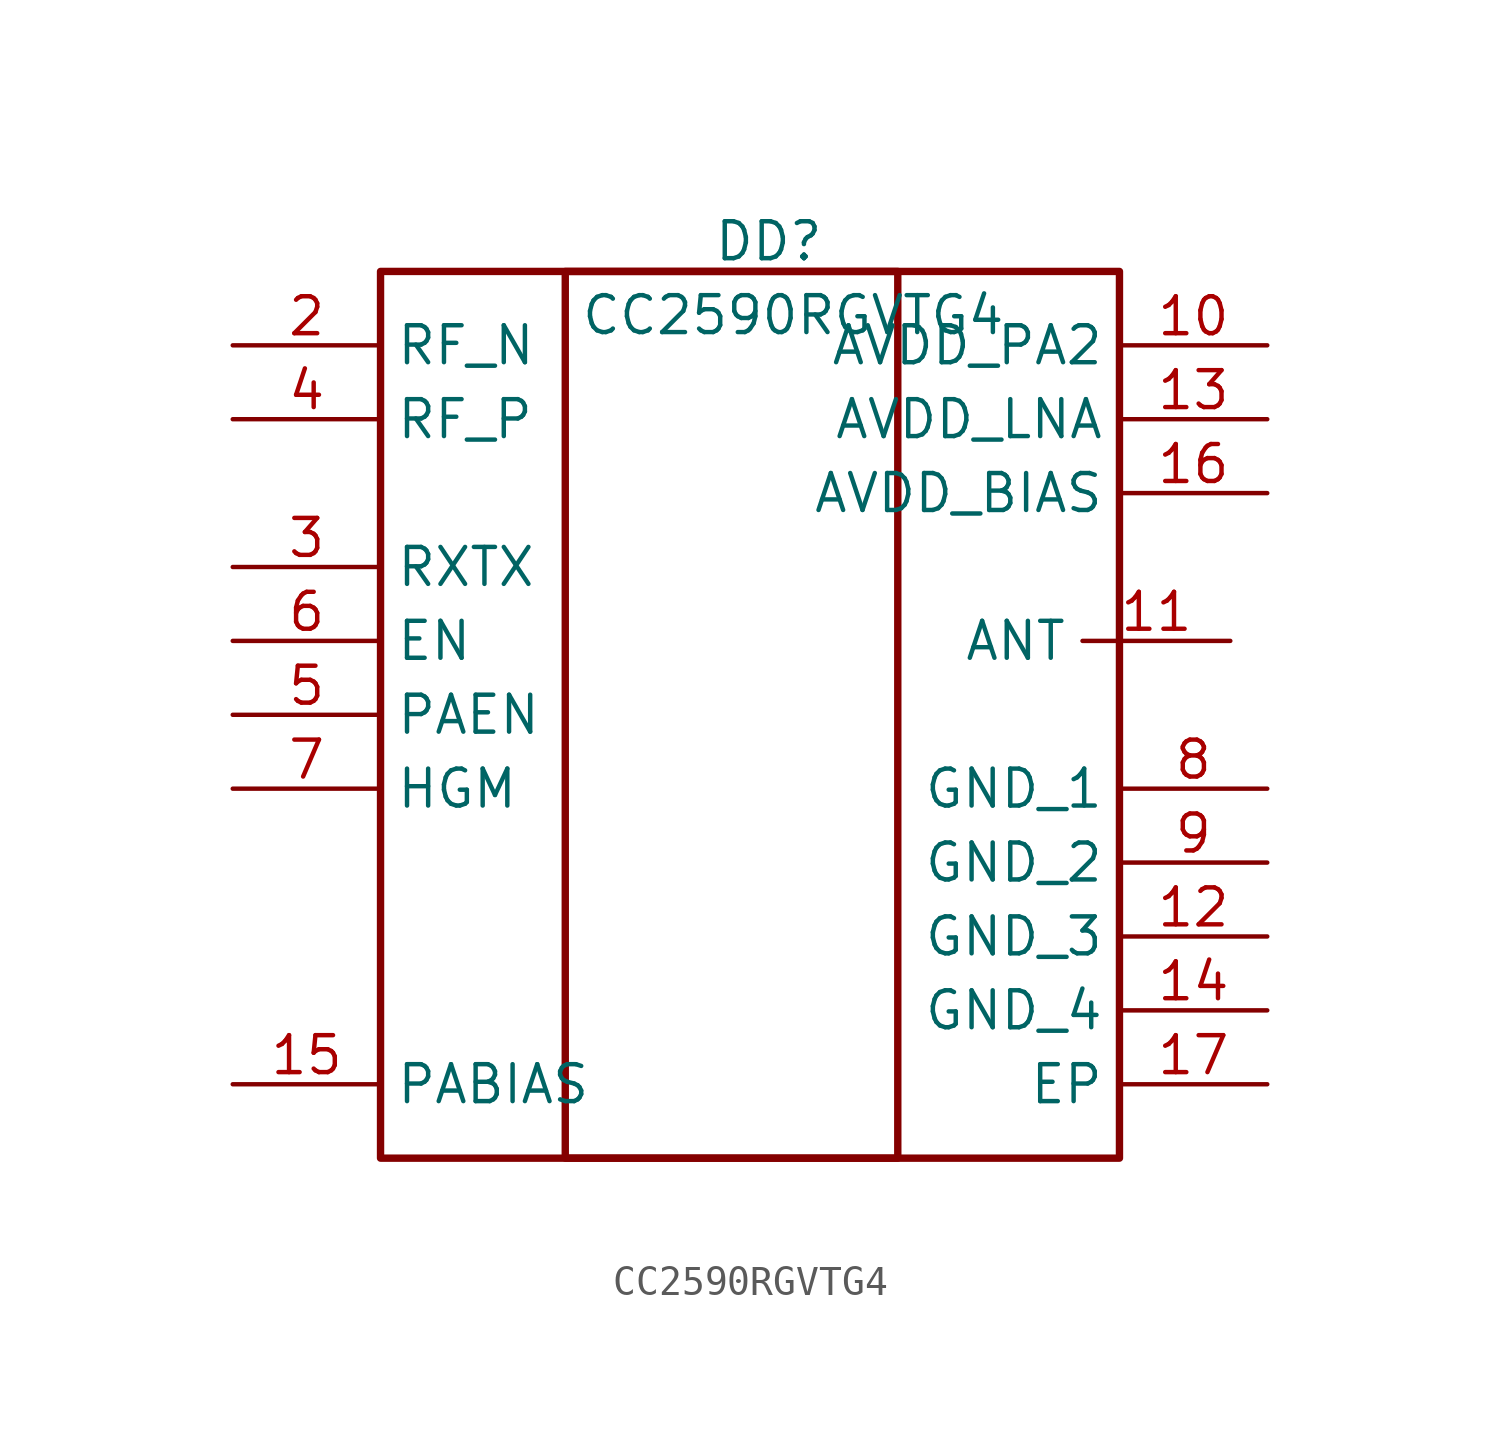
<source format=kicad_sym>
(kicad_symbol_lib
  (version 20241209)
  (generator "kicad_symbol_editor")
  (generator_version "9.0")
  (symbol "CC2590RGVTG4"
    (property "Reference" "DD"
      (at 16.51 11.938 0)
      (effects (font (size 1.27 1.27)) (justify left top)))
    (property "Value" "CC2590RGVTG4"
      (at 11.938 9.398 0)
      (effects (font (size 1.27 1.27)) (justify left top)))
    (symbol "CC2590RGVTG4_1_1"
      (rectangle (start 5.08 10.16) (end 30.48 -20.32) (stroke (width 0.254) (type default)) (fill (type none)))
      (rectangle (start 11.43 10.16) (end 22.86 -20.32) (stroke (width 0.254) (type default)) (fill (type none)))
      (pin passive line (at 0 7.62 0) (length 5.08) (name "RF_N" (effects (font (size 1.27 1.27)))) (number "2" (effects (font (size 1.27 1.27)))))
      (pin passive line (at 0 5.08 0) (length 5.08) (name "RF_P" (effects (font (size 1.27 1.27)))) (number "4" (effects (font (size 1.27 1.27)))))
      (pin passive line (at 0 0 0) (length 5.08) (name "RXTX" (effects (font (size 1.27 1.27)))) (number "3" (effects (font (size 1.27 1.27)))))
      (pin passive line (at 0 -2.54 0) (length 5.08) (name "EN" (effects (font (size 1.27 1.27)))) (number "6" (effects (font (size 1.27 1.27)))))
      (pin passive line (at 0 -5.08 0) (length 5.08) (name "PAEN" (effects (font (size 1.27 1.27)))) (number "5" (effects (font (size 1.27 1.27)))))
      (pin passive line (at 0 -7.62 0) (length 5.08) (name "HGM" (effects (font (size 1.27 1.27)))) (number "7" (effects (font (size 1.27 1.27)))))
      (pin passive line (at 0 -17.78 0) (length 5.08) (name "PABIAS" (effects (font (size 1.27 1.27)))) (number "15" (effects (font (size 1.27 1.27)))))
      (pin no_connect line (at 13.97 -16.51 0) (length 5.08) (hide yes) (name "NC" (effects (font (size 1.27 1.27)))) (number "1" (effects (font (size 1.27 1.27)))))
      (pin passive line (at 34.29 -2.54 180) (length 5.08) (name "ANT" (effects (font (size 1.27 1.27)))) (number "11" (effects (font (size 1.27 1.27)))))
      (pin passive line (at 35.56 7.62 180) (length 5.08) (name "AVDD_PA2" (effects (font (size 1.27 1.27)))) (number "10" (effects (font (size 1.27 1.27)))))
      (pin passive line (at 35.56 5.08 180) (length 5.08) (name "AVDD_LNA" (effects (font (size 1.27 1.27)))) (number "13" (effects (font (size 1.27 1.27)))))
      (pin passive line (at 35.56 2.54 180) (length 5.08) (name "AVDD_BIAS" (effects (font (size 1.27 1.27)))) (number "16" (effects (font (size 1.27 1.27)))))
      (pin passive line (at 35.56 -7.62 180) (length 5.08) (name "GND_1" (effects (font (size 1.27 1.27)))) (number "8" (effects (font (size 1.27 1.27)))))
      (pin passive line (at 35.56 -10.16 180) (length 5.08) (name "GND_2" (effects (font (size 1.27 1.27)))) (number "9" (effects (font (size 1.27 1.27)))))
      (pin passive line (at 35.56 -12.7 180) (length 5.08) (name "GND_3" (effects (font (size 1.27 1.27)))) (number "12" (effects (font (size 1.27 1.27)))))
      (pin passive line (at 35.56 -15.24 180) (length 5.08) (name "GND_4" (effects (font (size 1.27 1.27)))) (number "14" (effects (font (size 1.27 1.27)))))
      (pin passive line (at 35.56 -17.78 180) (length 5.08) (name "EP" (effects (font (size 1.27 1.27)))) (number "17" (effects (font (size 1.27 1.27))))))))
</source>
